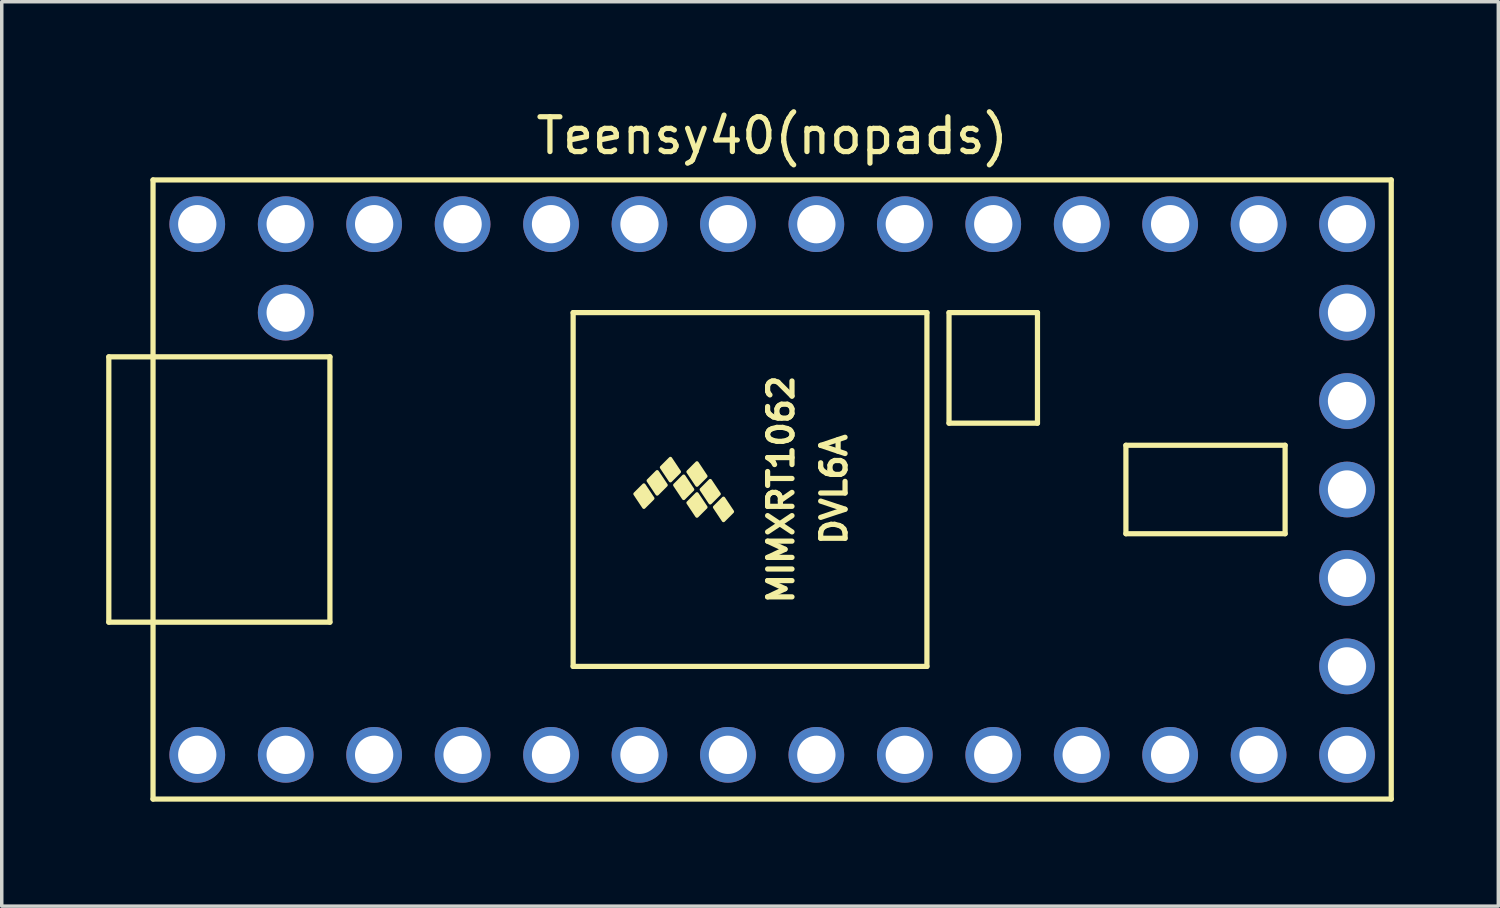
<source format=kicad_pcb>
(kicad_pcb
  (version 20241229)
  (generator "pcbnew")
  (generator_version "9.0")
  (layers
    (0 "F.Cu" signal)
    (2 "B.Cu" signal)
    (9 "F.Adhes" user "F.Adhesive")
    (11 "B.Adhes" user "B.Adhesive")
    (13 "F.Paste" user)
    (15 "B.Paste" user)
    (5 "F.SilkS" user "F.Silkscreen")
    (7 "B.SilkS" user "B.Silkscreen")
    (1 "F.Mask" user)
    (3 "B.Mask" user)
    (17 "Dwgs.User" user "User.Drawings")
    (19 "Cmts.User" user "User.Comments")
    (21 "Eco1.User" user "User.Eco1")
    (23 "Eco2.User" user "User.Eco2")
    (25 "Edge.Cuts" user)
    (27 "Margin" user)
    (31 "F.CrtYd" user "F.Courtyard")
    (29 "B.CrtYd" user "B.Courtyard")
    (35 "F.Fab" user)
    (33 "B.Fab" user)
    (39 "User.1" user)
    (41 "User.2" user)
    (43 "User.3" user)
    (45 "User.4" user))
  (footprint "Teensy40(nopads)"
    (layer "F.Cu")
    (at 19.125 11.008)
    (property "Reference" "Teensy40(nopads)" (at 0 -10.16 0) (layer "F.SilkS") (effects (font (size 1 1) (thickness 0.15))))
    (attr through_hole)
    (fp_line (start -19.05 -3.81) (end -17.78 -3.81) (stroke (width 0.15) (type solid)) (layer "F.SilkS"))
    (fp_line (start -19.05 3.81) (end -19.05 -3.81) (stroke (width 0.15) (type solid)) (layer "F.SilkS"))
    (fp_line (start -17.78 -8.89) (end 17.78 -8.89) (stroke (width 0.15) (type solid)) (layer "F.SilkS"))
    (fp_line (start -17.78 3.81) (end -19.05 3.81) (stroke (width 0.15) (type solid)) (layer "F.SilkS"))
    (fp_line (start -17.78 8.89) (end -17.78 -8.89) (stroke (width 0.15) (type solid)) (layer "F.SilkS"))
    (fp_line (start -12.7 -3.81) (end -17.78 -3.81) (stroke (width 0.15) (type solid)) (layer "F.SilkS"))
    (fp_line (start -12.7 3.81) (end -17.78 3.81) (stroke (width 0.15) (type solid)) (layer "F.SilkS"))
    (fp_line (start -12.7 3.81) (end -12.7 -3.81) (stroke (width 0.15) (type solid)) (layer "F.SilkS"))
    (fp_line (start -5.715 -5.08) (end -5.715 5.08) (stroke (width 0.15) (type solid)) (layer "F.SilkS"))
    (fp_line (start 4.445 -5.08) (end -5.715 -5.08) (stroke (width 0.15) (type solid)) (layer "F.SilkS"))
    (fp_line (start 4.445 5.08) (end -5.715 5.08) (stroke (width 0.15) (type solid)) (layer "F.SilkS"))
    (fp_line (start 4.445 5.08) (end 4.445 -5.08) (stroke (width 0.15) (type solid)) (layer "F.SilkS"))
    (fp_line (start 5.08 -5.08) (end 7.62 -5.08) (stroke (width 0.15) (type solid)) (layer "F.SilkS"))
    (fp_line (start 5.08 -1.905) (end 5.08 -5.08) (stroke (width 0.15) (type solid)) (layer "F.SilkS"))
    (fp_line (start 7.62 -5.08) (end 7.62 -1.905) (stroke (width 0.15) (type solid)) (layer "F.SilkS"))
    (fp_line (start 7.62 -1.905) (end 5.08 -1.905) (stroke (width 0.15) (type solid)) (layer "F.SilkS"))
    (fp_line (start 10.16 -1.27) (end 14.732 -1.27) (stroke (width 0.15) (type solid)) (layer "F.SilkS"))
    (fp_line (start 10.16 1.27) (end 10.16 -1.27) (stroke (width 0.15) (type solid)) (layer "F.SilkS"))
    (fp_line (start 14.732 -1.27) (end 14.732 1.27) (stroke (width 0.15) (type solid)) (layer "F.SilkS"))
    (fp_line (start 14.732 1.27) (end 10.16 1.27) (stroke (width 0.15) (type solid)) (layer "F.SilkS"))
    (fp_line (start 17.78 -8.89) (end 17.78 8.89) (stroke (width 0.15) (type solid)) (layer "F.SilkS"))
    (fp_line (start 17.78 8.89) (end -17.78 8.89) (stroke (width 0.15) (type solid)) (layer "F.SilkS"))
    (fp_poly (pts (xy -3.937 0.127) (xy -3.683 -0.127) (xy -3.429 0.254) (xy -3.683 0.508)) (stroke (width 0.1) (type solid)) (fill yes) (layer "F.SilkS"))
    (fp_poly (pts (xy -3.556 -0.254) (xy -3.302 -0.508) (xy -3.048 -0.127) (xy -3.302 0.127)) (stroke (width 0.1) (type solid)) (fill yes) (layer "F.SilkS"))
    (fp_poly (pts (xy -3.175 -0.635) (xy -2.921 -0.889) (xy -2.667 -0.508) (xy -2.921 -0.254)) (stroke (width 0.1) (type solid)) (fill yes) (layer "F.SilkS"))
    (fp_poly (pts (xy -2.794 -0.127) (xy -2.54 -0.381) (xy -2.286 0) (xy -2.54 0.254)) (stroke (width 0.1) (type solid)) (fill yes) (layer "F.SilkS"))
    (fp_poly (pts (xy -2.413 -0.508) (xy -2.159 -0.762) (xy -1.905 -0.381) (xy -2.159 -0.127)) (stroke (width 0.1) (type solid)) (fill yes) (layer "F.SilkS"))
    (fp_poly (pts (xy -2.413 0.381) (xy -2.159 0.127) (xy -1.905 0.508) (xy -2.159 0.762)) (stroke (width 0.1) (type solid)) (fill yes) (layer "F.SilkS"))
    (fp_poly (pts (xy -2.032 0) (xy -1.778 -0.254) (xy -1.524 0.127) (xy -1.778 0.381)) (stroke (width 0.1) (type solid)) (fill yes) (layer "F.SilkS"))
    (fp_poly (pts (xy -1.651 0.508) (xy -1.397 0.254) (xy -1.143 0.635) (xy -1.397 0.889)) (stroke (width 0.1) (type solid)) (fill yes) (layer "F.SilkS"))
    (fp_text user "DVL6A" (at 1.778 0 90) (layer "F.SilkS") (effects (font (size 0.7 0.7) (thickness 0.15))))
    (fp_text user "MIMXRT1062" (at 0.254 0 90) (layer "F.SilkS") (effects (font (size 0.7 0.7) (thickness 0.15))))
    (pad "1" thru_hole circle (at -16.51 7.62) (size 1.6 1.6) (drill 1.1) (layers "*.Cu" "*.Mask"))
    (pad "2" thru_hole circle (at -13.97 7.62) (size 1.6 1.6) (drill 1.1) (layers "*.Cu" "*.Mask"))
    (pad "3" thru_hole circle (at -11.43 7.62) (size 1.6 1.6) (drill 1.1) (layers "*.Cu" "*.Mask"))
    (pad "4" thru_hole circle (at -8.89 7.62) (size 1.6 1.6) (drill 1.1) (layers "*.Cu" "*.Mask"))
    (pad "5" thru_hole circle (at -6.35 7.62) (size 1.6 1.6) (drill 1.1) (layers "*.Cu" "*.Mask"))
    (pad "6" thru_hole circle (at -3.81 7.62) (size 1.6 1.6) (drill 1.1) (layers "*.Cu" "*.Mask"))
    (pad "7" thru_hole circle (at -1.27 7.62) (size 1.6 1.6) (drill 1.1) (layers "*.Cu" "*.Mask"))
    (pad "8" thru_hole circle (at 1.27 7.62) (size 1.6 1.6) (drill 1.1) (layers "*.Cu" "*.Mask"))
    (pad "9" thru_hole circle (at 3.81 7.62) (size 1.6 1.6) (drill 1.1) (layers "*.Cu" "*.Mask"))
    (pad "10" thru_hole circle (at 6.35 7.62) (size 1.6 1.6) (drill 1.1) (layers "*.Cu" "*.Mask"))
    (pad "11" thru_hole circle (at 8.89 7.62) (size 1.6 1.6) (drill 1.1) (layers "*.Cu" "*.Mask"))
    (pad "12" thru_hole circle (at 11.43 7.62) (size 1.6 1.6) (drill 1.1) (layers "*.Cu" "*.Mask"))
    (pad "13" thru_hole circle (at 13.97 7.62) (size 1.6 1.6) (drill 1.1) (layers "*.Cu" "*.Mask"))
    (pad "14" thru_hole circle (at 16.51 7.62) (size 1.6 1.6) (drill 1.1) (layers "*.Cu" "*.Mask"))
    (pad "15" thru_hole circle (at 16.51 5.08) (size 1.6 1.6) (drill 1.1) (layers "*.Cu" "*.Mask"))
    (pad "16" thru_hole circle (at 16.51 2.54) (size 1.6 1.6) (drill 1.1) (layers "*.Cu" "*.Mask"))
    (pad "17" thru_hole circle (at 16.51 0) (size 1.6 1.6) (drill 1.1) (layers "*.Cu" "*.Mask"))
    (pad "18" thru_hole circle (at 16.51 -2.54) (size 1.6 1.6) (drill 1.1) (layers "*.Cu" "*.Mask"))
    (pad "19" thru_hole circle (at 16.51 -5.08) (size 1.6 1.6) (drill 1.1) (layers "*.Cu" "*.Mask"))
    (pad "20" thru_hole circle (at 16.51 -7.62) (size 1.6 1.6) (drill 1.1) (layers "*.Cu" "*.Mask"))
    (pad "21" thru_hole circle (at 13.97 -7.62) (size 1.6 1.6) (drill 1.1) (layers "*.Cu" "*.Mask"))
    (pad "22" thru_hole circle (at 11.43 -7.62) (size 1.6 1.6) (drill 1.1) (layers "*.Cu" "*.Mask"))
    (pad "23" thru_hole circle (at 8.89 -7.62) (size 1.6 1.6) (drill 1.1) (layers "*.Cu" "*.Mask"))
    (pad "24" thru_hole circle (at 6.35 -7.62) (size 1.6 1.6) (drill 1.1) (layers "*.Cu" "*.Mask"))
    (pad "25" thru_hole circle (at 3.81 -7.62) (size 1.6 1.6) (drill 1.1) (layers "*.Cu" "*.Mask"))
    (pad "26" thru_hole circle (at 1.27 -7.62) (size 1.6 1.6) (drill 1.1) (layers "*.Cu" "*.Mask"))
    (pad "27" thru_hole circle (at -1.27 -7.62) (size 1.6 1.6) (drill 1.1) (layers "*.Cu" "*.Mask"))
    (pad "28" thru_hole circle (at -3.81 -7.62) (size 1.6 1.6) (drill 1.1) (layers "*.Cu" "*.Mask"))
    (pad "29" thru_hole circle (at -6.35 -7.62) (size 1.6 1.6) (drill 1.1) (layers "*.Cu" "*.Mask"))
    (pad "30" thru_hole circle (at -8.89 -7.62) (size 1.6 1.6) (drill 1.1) (layers "*.Cu" "*.Mask"))
    (pad "31" thru_hole circle (at -11.43 -7.62) (size 1.6 1.6) (drill 1.1) (layers "*.Cu" "*.Mask"))
    (pad "32" thru_hole circle (at -13.97 -7.62) (size 1.6 1.6) (drill 1.1) (layers "*.Cu" "*.Mask"))
    (pad "33" thru_hole circle (at -16.51 -7.62) (size 1.6 1.6) (drill 1.1) (layers "*.Cu" "*.Mask"))
    (pad "34" thru_hole circle (at -13.97 -5.08) (size 1.6 1.6) (drill 1.1) (layers "*.Cu" "*.Mask")))
  (gr_rect
    (start -3 -3)
    (end 39.98 22.973)
    (stroke (width 0.1) (type default))
    (fill no)
    (layer "Edge.Cuts")))
</source>
